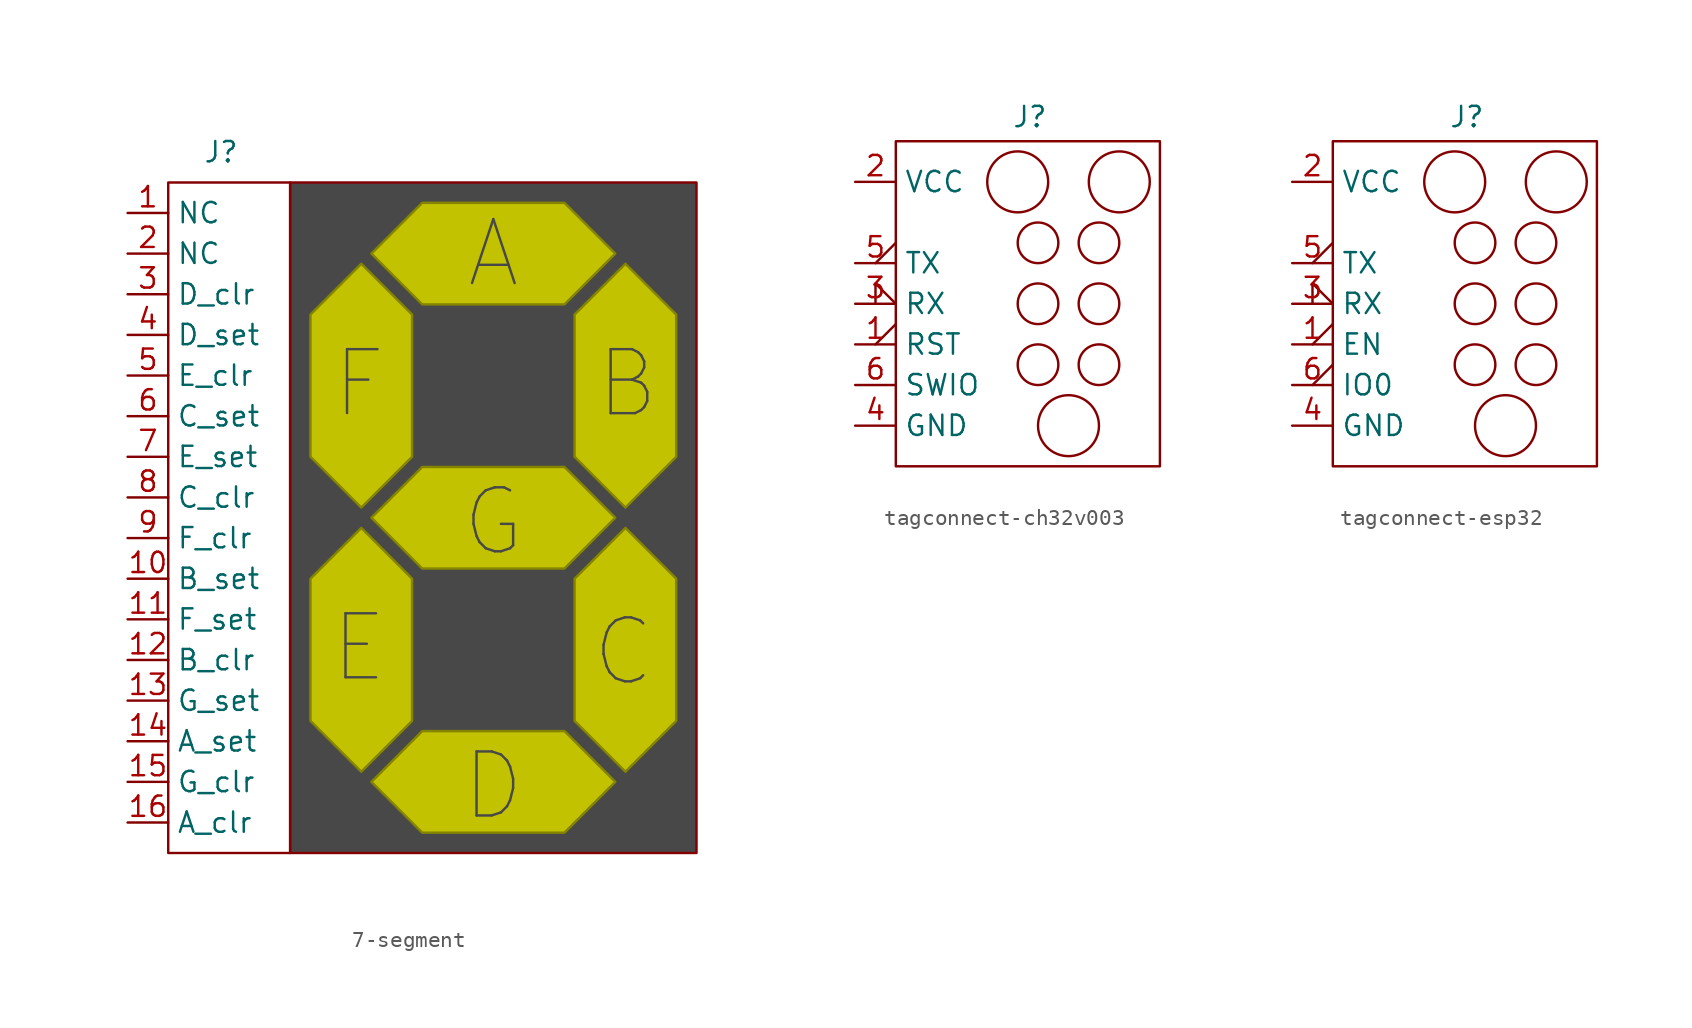
<source format=kicad_sym>
(kicad_symbol_lib
  (version 20231120)
  (generator "kicad_symbol_editor")
  (generator_version "8.0")
  (symbol "7-segment"
    (property "Reference" "J"
      (at -4.318 22.86 0)
      (effects (font (size 1.27 1.27))))
    (property "Value" ""
      (at 12.065 -11.43 0)
      (effects (font (size 1.27 1.27))))
    (symbol "7-segment_1_1"
      (rectangle (start -7.62 20.955) (end 0 -20.955) (stroke (width 0) (type default)) (fill (type none)))
      (polyline (pts (xy 4.445 -0.635) (xy 7.62 -3.81) (xy 7.62 -12.7) (xy 4.445 -15.875) (xy 1.27 -12.7) (xy 1.27 -3.81) (xy 4.445 -0.635)) (stroke (width 0) (type default) (color 132 132 0 1)) (fill (type color) (color 194 194 0 1)))
      (polyline (pts (xy 4.445 0.635) (xy 1.27 3.81) (xy 1.27 12.7) (xy 4.445 15.875) (xy 7.62 12.7) (xy 7.62 3.81) (xy 4.445 0.635)) (stroke (width 0) (type default) (color 132 132 0 1)) (fill (type color) (color 194 194 0 1)))
      (polyline (pts (xy 5.08 -16.51) (xy 8.255 -13.335) (xy 17.145 -13.335) (xy 20.32 -16.51) (xy 17.145 -19.685) (xy 8.255 -19.685) (xy 5.08 -16.51)) (stroke (width 0) (type default) (color 132 132 0 1)) (fill (type color) (color 194 194 0 1)))
      (polyline (pts (xy 5.08 0) (xy 8.255 3.175) (xy 17.145 3.175) (xy 20.32 0) (xy 17.145 -3.175) (xy 8.255 -3.175) (xy 5.08 0)) (stroke (width 0) (type default) (color 132 132 0 1)) (fill (type color) (color 194 194 0 1)))
      (polyline (pts (xy 5.08 16.51) (xy 8.255 19.685) (xy 17.145 19.685) (xy 20.32 16.51) (xy 17.145 13.335) (xy 8.255 13.335) (xy 5.08 16.51)) (stroke (width 0) (type default) (color 132 132 0 1)) (fill (type color) (color 194 194 0 1)))
      (polyline (pts (xy 20.955 -0.635) (xy 24.13 -3.81) (xy 24.13 -12.7) (xy 20.955 -15.875) (xy 17.78 -12.7) (xy 17.78 -3.81) (xy 20.955 -0.635)) (stroke (width 0) (type default) (color 132 132 0 1)) (fill (type color) (color 194 194 0 1)))
      (polyline (pts (xy 20.955 15.875) (xy 24.13 12.7) (xy 24.13 3.81) (xy 20.955 0.635) (xy 17.78 3.81) (xy 17.78 12.7) (xy 20.955 15.875)) (stroke (width 0) (type default) (color 132 132 0 1)) (fill (type color) (color 194 194 0 1)))
      (rectangle (start 0 20.955) (end 25.4 -20.955) (stroke (width 0) (type default)) (fill (type color) (color 72 72 72 1)))
      (text "A" (at 12.7 16.51 0) (effects (font (size 4 4) (color 72 72 72 1))))
      (text "B" (at 21.082 8.382 0) (effects (font (size 4 4) (color 72 72 72 1))))
      (text "C" (at 20.828 -8.382 0) (effects (font (size 4 4) (color 72 72 72 1))))
      (text "D" (at 12.7 -16.764 0) (effects (font (size 4 4) (color 72 72 72 1))))
      (text "E" (at 4.318 -8.128 0) (effects (font (size 4 4) (color 72 72 72 1))))
      (text "F" (at 4.318 8.382 0) (effects (font (size 4 4) (color 72 72 72 1))))
      (text "G" (at 12.7 -0.254 0) (effects (font (size 4 4) (color 72 72 72 1))))
      (pin passive line (at -10.16 19.05 0) (length 2.54) (name "NC" (effects (font (size 1.27 1.27)))) (number "1" (effects (font (size 1.27 1.27)))))
      (pin passive line (at -10.16 -3.81 0) (length 2.54) (name "B_set" (effects (font (size 1.27 1.27)))) (number "10" (effects (font (size 1.27 1.27)))))
      (pin passive line (at -10.16 -6.35 0) (length 2.54) (name "F_set" (effects (font (size 1.27 1.27)))) (number "11" (effects (font (size 1.27 1.27)))))
      (pin passive line (at -10.16 -8.89 0) (length 2.54) (name "B_clr" (effects (font (size 1.27 1.27)))) (number "12" (effects (font (size 1.27 1.27)))))
      (pin passive line (at -10.16 -11.43 0) (length 2.54) (name "G_set" (effects (font (size 1.27 1.27)))) (number "13" (effects (font (size 1.27 1.27)))))
      (pin passive line (at -10.16 -13.97 0) (length 2.54) (name "A_set" (effects (font (size 1.27 1.27)))) (number "14" (effects (font (size 1.27 1.27)))))
      (pin passive line (at -10.16 -16.51 0) (length 2.54) (name "G_clr" (effects (font (size 1.27 1.27)))) (number "15" (effects (font (size 1.27 1.27)))))
      (pin passive line (at -10.16 -19.05 0) (length 2.54) (name "A_clr" (effects (font (size 1.27 1.27)))) (number "16" (effects (font (size 1.27 1.27)))))
      (pin passive line (at -10.16 16.51 0) (length 2.54) (name "NC" (effects (font (size 1.27 1.27)))) (number "2" (effects (font (size 1.27 1.27)))))
      (pin passive line (at -10.16 13.97 0) (length 2.54) (name "D_clr" (effects (font (size 1.27 1.27)))) (number "3" (effects (font (size 1.27 1.27)))))
      (pin passive line (at -10.16 11.43 0) (length 2.54) (name "D_set" (effects (font (size 1.27 1.27)))) (number "4" (effects (font (size 1.27 1.27)))))
      (pin passive line (at -10.16 8.89 0) (length 2.54) (name "E_clr" (effects (font (size 1.27 1.27)))) (number "5" (effects (font (size 1.27 1.27)))))
      (pin passive line (at -10.16 6.35 0) (length 2.54) (name "C_set" (effects (font (size 1.27 1.27)))) (number "6" (effects (font (size 1.27 1.27)))))
      (pin passive line (at -10.16 3.81 0) (length 2.54) (name "E_set" (effects (font (size 1.27 1.27)))) (number "7" (effects (font (size 1.27 1.27)))))
      (pin passive line (at -10.16 1.27 0) (length 2.54) (name "C_clr" (effects (font (size 1.27 1.27)))) (number "8" (effects (font (size 1.27 1.27)))))
      (pin passive line (at -10.16 -1.27 0) (length 2.54) (name "F_clr" (effects (font (size 1.27 1.27)))) (number "9" (effects (font (size 1.27 1.27)))))))
  (symbol "tagconnect-ch32v003"
    (property "Reference" "J"
      (at 8.382 11.684 0)
      (effects (font (size 1.27 1.27))))
    (property "Value" ""
      (at 6.985 3.81 0)
      (effects (font (size 1.27 1.27))))
    (symbol "tagconnect-ch32v003_0_1"
      (circle (center 7.62 7.62) (radius 1.905) (stroke (width 0) (type default)) (fill (type none)))
      (circle (center 8.89 -3.81) (radius 1.27) (stroke (width 0) (type default)) (fill (type none)))
      (circle (center 8.89 0) (radius 1.27) (stroke (width 0) (type default)) (fill (type none)))
      (circle (center 8.89 3.81) (radius 1.27) (stroke (width 0) (type default)) (fill (type none)))
      (circle (center 10.795 -7.62) (radius 1.905) (stroke (width 0) (type default)) (fill (type none)))
      (circle (center 12.7 -3.81) (radius 1.27) (stroke (width 0) (type default)) (fill (type none)))
      (circle (center 12.7 0) (radius 1.27) (stroke (width 0) (type default)) (fill (type none)))
      (circle (center 12.7 3.81) (radius 1.27) (stroke (width 0) (type default)) (fill (type none)))
      (circle (center 13.97 7.62) (radius 1.905) (stroke (width 0) (type default)) (fill (type none))))
    (symbol "tagconnect-ch32v003_1_1"
      (rectangle (start 0 10.16) (end 16.51 -10.16) (stroke (width 0) (type default)) (fill (type none)))
      (pin open_collector output_low (at -2.54 -2.54 0) (length 2.54) (name "RST" (effects (font (size 1.27 1.27)))) (number "1" (effects (font (size 1.27 1.27)))))
      (pin power_out line (at -2.54 7.62 0) (length 2.54) (name "VCC" (effects (font (size 1.27 1.27)))) (number "2" (effects (font (size 1.27 1.27)))))
      (pin input input_low (at -2.54 0 0) (length 2.54) (name "RX" (effects (font (size 1.27 1.27)))) (number "3" (effects (font (size 1.27 1.27)))))
      (pin power_out line (at -2.54 -7.62 0) (length 2.54) (name "GND" (effects (font (size 1.27 1.27)))) (number "4" (effects (font (size 1.27 1.27)))))
      (pin output output_low (at -2.54 2.54 0) (length 2.54) (name "TX" (effects (font (size 1.27 1.27)))) (number "5" (effects (font (size 1.27 1.27)))))
      (pin bidirectional line (at -2.54 -5.08 0) (length 2.54) (name "SWIO" (effects (font (size 1.27 1.27)))) (number "6" (effects (font (size 1.27 1.27)))))))
  (symbol "tagconnect-esp32"
    (property "Reference" "J"
      (at 8.382 11.684 0)
      (effects (font (size 1.27 1.27))))
    (property "Value" ""
      (at 6.985 3.81 0)
      (effects (font (size 1.27 1.27))))
    (symbol "tagconnect-esp32_0_1"
      (circle (center 7.62 7.62) (radius 1.905) (stroke (width 0) (type default)) (fill (type none)))
      (circle (center 8.89 -3.81) (radius 1.27) (stroke (width 0) (type default)) (fill (type none)))
      (circle (center 8.89 0) (radius 1.27) (stroke (width 0) (type default)) (fill (type none)))
      (circle (center 8.89 3.81) (radius 1.27) (stroke (width 0) (type default)) (fill (type none)))
      (circle (center 10.795 -7.62) (radius 1.905) (stroke (width 0) (type default)) (fill (type none)))
      (circle (center 12.7 -3.81) (radius 1.27) (stroke (width 0) (type default)) (fill (type none)))
      (circle (center 12.7 0) (radius 1.27) (stroke (width 0) (type default)) (fill (type none)))
      (circle (center 12.7 3.81) (radius 1.27) (stroke (width 0) (type default)) (fill (type none)))
      (circle (center 13.97 7.62) (radius 1.905) (stroke (width 0) (type default)) (fill (type none))))
    (symbol "tagconnect-esp32_1_1"
      (rectangle (start 0 10.16) (end 16.51 -10.16) (stroke (width 0) (type default)) (fill (type none)))
      (pin open_collector output_low (at -2.54 -2.54 0) (length 2.54) (name "EN" (effects (font (size 1.27 1.27)))) (number "1" (effects (font (size 1.27 1.27)))))
      (pin power_out line (at -2.54 7.62 0) (length 2.54) (name "VCC" (effects (font (size 1.27 1.27)))) (number "2" (effects (font (size 1.27 1.27)))))
      (pin input input_low (at -2.54 0 0) (length 2.54) (name "RX" (effects (font (size 1.27 1.27)))) (number "3" (effects (font (size 1.27 1.27)))))
      (pin power_out line (at -2.54 -7.62 0) (length 2.54) (name "GND" (effects (font (size 1.27 1.27)))) (number "4" (effects (font (size 1.27 1.27)))))
      (pin output output_low (at -2.54 2.54 0) (length 2.54) (name "TX" (effects (font (size 1.27 1.27)))) (number "5" (effects (font (size 1.27 1.27)))))
      (pin open_collector output_low (at -2.54 -5.08 0) (length 2.54) (name "IO0" (effects (font (size 1.27 1.27)))) (number "6" (effects (font (size 1.27 1.27))))))))
</source>
